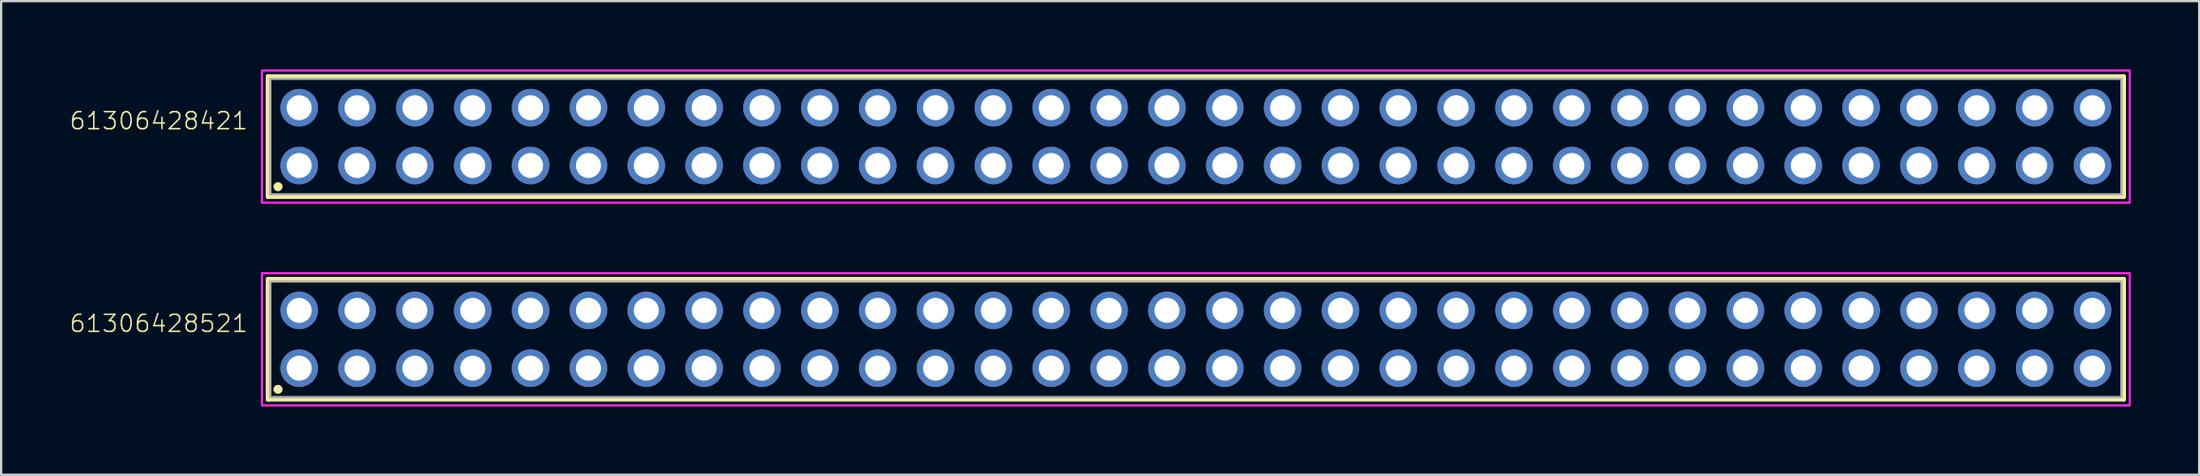
<source format=kicad_pcb>
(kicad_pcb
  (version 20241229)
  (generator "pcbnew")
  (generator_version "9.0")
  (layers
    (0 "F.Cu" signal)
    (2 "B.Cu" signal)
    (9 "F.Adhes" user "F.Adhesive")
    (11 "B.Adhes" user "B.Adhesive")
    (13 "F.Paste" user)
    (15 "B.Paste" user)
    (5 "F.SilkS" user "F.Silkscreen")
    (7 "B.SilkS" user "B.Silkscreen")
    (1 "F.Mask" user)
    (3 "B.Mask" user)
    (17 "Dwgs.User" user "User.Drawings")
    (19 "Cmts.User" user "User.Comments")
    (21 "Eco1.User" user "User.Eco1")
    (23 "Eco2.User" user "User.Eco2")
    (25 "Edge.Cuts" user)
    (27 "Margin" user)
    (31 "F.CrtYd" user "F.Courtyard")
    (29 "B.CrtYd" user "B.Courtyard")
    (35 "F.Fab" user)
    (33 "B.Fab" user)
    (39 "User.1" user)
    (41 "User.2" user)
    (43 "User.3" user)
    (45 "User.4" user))
  (footprint "61306428421"
    (layer "F.Cu")
    (at 49.457 2.954)
    (property "Reference" "61306428421" (at -41.578 -0.256 0) (unlocked yes) (layer "F.SilkS") (effects (font (size 0.748 0.748) (thickness 0.065)) (justify right bottom)))
    (fp_line (start -40.74 -2.64) (end 40.74 -2.64) (stroke (width 0.2) (type solid)) (layer "F.SilkS"))
    (fp_line (start -40.74 2.64) (end -40.74 -2.64) (stroke (width 0.2) (type solid)) (layer "F.SilkS"))
    (fp_line (start 40.74 -2.64) (end 40.74 2.64) (stroke (width 0.2) (type solid)) (layer "F.SilkS"))
    (fp_line (start 40.74 2.64) (end -40.74 2.64) (stroke (width 0.2) (type solid)) (layer "F.SilkS"))
    (fp_circle (center -40.3 2.2) (end -40.2 2.2) (stroke (width 0.2) (type solid)) (fill no) (layer "F.SilkS"))
    (fp_poly (pts (xy 41.004 2.904) (xy -41.004 2.904) (xy -41.004 -2.904) (xy 41.004 -2.904)) (stroke (width 0.1) (type default)) (fill no) (layer "F.CrtYd"))
    (fp_line (start -40.64 -2.54) (end 40.64 -2.54) (stroke (width 0.1) (type solid)) (layer "F.Fab"))
    (fp_line (start -40.64 2.54) (end -40.64 -2.54) (stroke (width 0.1) (type solid)) (layer "F.Fab"))
    (fp_line (start 40.64 -2.54) (end 40.64 2.54) (stroke (width 0.1) (type solid)) (layer "F.Fab"))
    (fp_line (start 40.64 2.54) (end -40.64 2.54) (stroke (width 0.1) (type solid)) (layer "F.Fab"))
    (pad "1" thru_hole circle (at -39.37 1.27) (size 1.65 1.65) (drill 1.1) (layers "*.Cu" "*.Mask"))
    (pad "2" thru_hole circle (at -39.37 -1.27) (size 1.65 1.65) (drill 1.1) (layers "*.Cu" "*.Mask"))
    (pad "3" thru_hole circle (at -36.83 1.27) (size 1.65 1.65) (drill 1.1) (layers "*.Cu" "*.Mask"))
    (pad "4" thru_hole circle (at -36.83 -1.27) (size 1.65 1.65) (drill 1.1) (layers "*.Cu" "*.Mask"))
    (pad "5" thru_hole circle (at -34.29 1.27) (size 1.65 1.65) (drill 1.1) (layers "*.Cu" "*.Mask"))
    (pad "6" thru_hole circle (at -34.29 -1.27) (size 1.65 1.65) (drill 1.1) (layers "*.Cu" "*.Mask"))
    (pad "7" thru_hole circle (at -31.75 1.27) (size 1.65 1.65) (drill 1.1) (layers "*.Cu" "*.Mask"))
    (pad "8" thru_hole circle (at -31.75 -1.27) (size 1.65 1.65) (drill 1.1) (layers "*.Cu" "*.Mask"))
    (pad "9" thru_hole circle (at -29.21 1.27) (size 1.65 1.65) (drill 1.1) (layers "*.Cu" "*.Mask"))
    (pad "10" thru_hole circle (at -29.21 -1.27) (size 1.65 1.65) (drill 1.1) (layers "*.Cu" "*.Mask"))
    (pad "11" thru_hole circle (at -26.67 1.27) (size 1.65 1.65) (drill 1.1) (layers "*.Cu" "*.Mask"))
    (pad "12" thru_hole circle (at -26.67 -1.27) (size 1.65 1.65) (drill 1.1) (layers "*.Cu" "*.Mask"))
    (pad "13" thru_hole circle (at -24.13 1.27) (size 1.65 1.65) (drill 1.1) (layers "*.Cu" "*.Mask"))
    (pad "14" thru_hole circle (at -24.13 -1.27) (size 1.65 1.65) (drill 1.1) (layers "*.Cu" "*.Mask"))
    (pad "15" thru_hole circle (at -21.59 1.27) (size 1.65 1.65) (drill 1.1) (layers "*.Cu" "*.Mask"))
    (pad "16" thru_hole circle (at -21.59 -1.27) (size 1.65 1.65) (drill 1.1) (layers "*.Cu" "*.Mask"))
    (pad "17" thru_hole circle (at -19.05 1.27) (size 1.65 1.65) (drill 1.1) (layers "*.Cu" "*.Mask"))
    (pad "18" thru_hole circle (at -19.05 -1.27) (size 1.65 1.65) (drill 1.1) (layers "*.Cu" "*.Mask"))
    (pad "19" thru_hole circle (at -16.51 1.27) (size 1.65 1.65) (drill 1.1) (layers "*.Cu" "*.Mask"))
    (pad "20" thru_hole circle (at -16.51 -1.27) (size 1.65 1.65) (drill 1.1) (layers "*.Cu" "*.Mask"))
    (pad "21" thru_hole circle (at -13.97 1.27) (size 1.65 1.65) (drill 1.1) (layers "*.Cu" "*.Mask"))
    (pad "22" thru_hole circle (at -13.97 -1.27) (size 1.65 1.65) (drill 1.1) (layers "*.Cu" "*.Mask"))
    (pad "23" thru_hole circle (at -11.43 1.27) (size 1.65 1.65) (drill 1.1) (layers "*.Cu" "*.Mask"))
    (pad "24" thru_hole circle (at -11.43 -1.27) (size 1.65 1.65) (drill 1.1) (layers "*.Cu" "*.Mask"))
    (pad "25" thru_hole circle (at -8.89 1.27) (size 1.65 1.65) (drill 1.1) (layers "*.Cu" "*.Mask"))
    (pad "26" thru_hole circle (at -8.89 -1.27) (size 1.65 1.65) (drill 1.1) (layers "*.Cu" "*.Mask"))
    (pad "27" thru_hole circle (at -6.35 1.27) (size 1.65 1.65) (drill 1.1) (layers "*.Cu" "*.Mask"))
    (pad "28" thru_hole circle (at -6.35 -1.27) (size 1.65 1.65) (drill 1.1) (layers "*.Cu" "*.Mask"))
    (pad "29" thru_hole circle (at -3.81 1.27) (size 1.65 1.65) (drill 1.1) (layers "*.Cu" "*.Mask"))
    (pad "30" thru_hole circle (at -3.81 -1.27) (size 1.65 1.65) (drill 1.1) (layers "*.Cu" "*.Mask"))
    (pad "31" thru_hole circle (at -1.27 1.27) (size 1.65 1.65) (drill 1.1) (layers "*.Cu" "*.Mask"))
    (pad "32" thru_hole circle (at -1.27 -1.27) (size 1.65 1.65) (drill 1.1) (layers "*.Cu" "*.Mask"))
    (pad "33" thru_hole circle (at 1.27 1.27) (size 1.65 1.65) (drill 1.1) (layers "*.Cu" "*.Mask"))
    (pad "34" thru_hole circle (at 1.27 -1.27) (size 1.65 1.65) (drill 1.1) (layers "*.Cu" "*.Mask"))
    (pad "35" thru_hole circle (at 3.81 1.27) (size 1.65 1.65) (drill 1.1) (layers "*.Cu" "*.Mask"))
    (pad "36" thru_hole circle (at 3.81 -1.27) (size 1.65 1.65) (drill 1.1) (layers "*.Cu" "*.Mask"))
    (pad "37" thru_hole circle (at 6.35 1.27) (size 1.65 1.65) (drill 1.1) (layers "*.Cu" "*.Mask"))
    (pad "38" thru_hole circle (at 6.35 -1.27) (size 1.65 1.65) (drill 1.1) (layers "*.Cu" "*.Mask"))
    (pad "39" thru_hole circle (at 8.89 1.27) (size 1.65 1.65) (drill 1.1) (layers "*.Cu" "*.Mask"))
    (pad "40" thru_hole circle (at 8.89 -1.27) (size 1.65 1.65) (drill 1.1) (layers "*.Cu" "*.Mask"))
    (pad "41" thru_hole circle (at 11.43 1.27) (size 1.65 1.65) (drill 1.1) (layers "*.Cu" "*.Mask"))
    (pad "42" thru_hole circle (at 11.43 -1.27) (size 1.65 1.65) (drill 1.1) (layers "*.Cu" "*.Mask"))
    (pad "43" thru_hole circle (at 13.97 1.27) (size 1.65 1.65) (drill 1.1) (layers "*.Cu" "*.Mask"))
    (pad "44" thru_hole circle (at 13.97 -1.27) (size 1.65 1.65) (drill 1.1) (layers "*.Cu" "*.Mask"))
    (pad "45" thru_hole circle (at 16.51 1.27) (size 1.65 1.65) (drill 1.1) (layers "*.Cu" "*.Mask"))
    (pad "46" thru_hole circle (at 16.51 -1.27) (size 1.65 1.65) (drill 1.1) (layers "*.Cu" "*.Mask"))
    (pad "47" thru_hole circle (at 19.05 1.27) (size 1.65 1.65) (drill 1.1) (layers "*.Cu" "*.Mask"))
    (pad "48" thru_hole circle (at 19.05 -1.27) (size 1.65 1.65) (drill 1.1) (layers "*.Cu" "*.Mask"))
    (pad "49" thru_hole circle (at 21.59 1.27) (size 1.65 1.65) (drill 1.1) (layers "*.Cu" "*.Mask"))
    (pad "50" thru_hole circle (at 21.59 -1.27) (size 1.65 1.65) (drill 1.1) (layers "*.Cu" "*.Mask"))
    (pad "51" thru_hole circle (at 24.13 1.27) (size 1.65 1.65) (drill 1.1) (layers "*.Cu" "*.Mask"))
    (pad "52" thru_hole circle (at 24.13 -1.27) (size 1.65 1.65) (drill 1.1) (layers "*.Cu" "*.Mask"))
    (pad "53" thru_hole circle (at 26.67 1.27) (size 1.65 1.65) (drill 1.1) (layers "*.Cu" "*.Mask"))
    (pad "54" thru_hole circle (at 26.67 -1.27) (size 1.65 1.65) (drill 1.1) (layers "*.Cu" "*.Mask"))
    (pad "55" thru_hole circle (at 29.21 1.27) (size 1.65 1.65) (drill 1.1) (layers "*.Cu" "*.Mask"))
    (pad "56" thru_hole circle (at 29.21 -1.27) (size 1.65 1.65) (drill 1.1) (layers "*.Cu" "*.Mask"))
    (pad "57" thru_hole circle (at 31.75 1.27) (size 1.65 1.65) (drill 1.1) (layers "*.Cu" "*.Mask"))
    (pad "58" thru_hole circle (at 31.75 -1.27) (size 1.65 1.65) (drill 1.1) (layers "*.Cu" "*.Mask"))
    (pad "59" thru_hole circle (at 34.29 1.27) (size 1.65 1.65) (drill 1.1) (layers "*.Cu" "*.Mask"))
    (pad "60" thru_hole circle (at 34.29 -1.27) (size 1.65 1.65) (drill 1.1) (layers "*.Cu" "*.Mask"))
    (pad "61" thru_hole circle (at 36.83 1.27) (size 1.65 1.65) (drill 1.1) (layers "*.Cu" "*.Mask"))
    (pad "62" thru_hole circle (at 36.83 -1.27) (size 1.65 1.65) (drill 1.1) (layers "*.Cu" "*.Mask"))
    (pad "63" thru_hole circle (at 39.37 1.27) (size 1.65 1.65) (drill 1.1) (layers "*.Cu" "*.Mask"))
    (pad "64" thru_hole circle (at 39.37 -1.27) (size 1.65 1.65) (drill 1.1) (layers "*.Cu" "*.Mask")))
  (footprint "61306428521"
    (layer "F.Cu")
    (at 49.457 11.861)
    (property "Reference" "61306428521" (at -41.578 -0.256 0) (unlocked yes) (layer "F.SilkS") (effects (font (size 0.748 0.748) (thickness 0.065)) (justify right bottom)))
    (fp_line (start -40.74 -2.64) (end 40.74 -2.64) (stroke (width 0.2) (type solid)) (layer "F.SilkS"))
    (fp_line (start -40.74 2.64) (end -40.74 -2.64) (stroke (width 0.2) (type solid)) (layer "F.SilkS"))
    (fp_line (start 40.74 -2.64) (end 40.74 2.64) (stroke (width 0.2) (type solid)) (layer "F.SilkS"))
    (fp_line (start 40.74 2.64) (end -40.74 2.64) (stroke (width 0.2) (type solid)) (layer "F.SilkS"))
    (fp_circle (center -40.3 2.2) (end -40.2 2.2) (stroke (width 0.2) (type solid)) (fill no) (layer "F.SilkS"))
    (fp_poly (pts (xy 41.004 2.904) (xy -41.004 2.904) (xy -41.004 -2.904) (xy 41.004 -2.904)) (stroke (width 0.1) (type default)) (fill no) (layer "F.CrtYd"))
    (fp_line (start -40.64 -2.54) (end 40.64 -2.54) (stroke (width 0.1) (type solid)) (layer "F.Fab"))
    (fp_line (start -40.64 2.54) (end -40.64 -2.54) (stroke (width 0.1) (type solid)) (layer "F.Fab"))
    (fp_line (start 40.64 -2.54) (end 40.64 2.54) (stroke (width 0.1) (type solid)) (layer "F.Fab"))
    (fp_line (start 40.64 2.54) (end -40.64 2.54) (stroke (width 0.1) (type solid)) (layer "F.Fab"))
    (pad "1" thru_hole circle (at -39.37 1.27) (size 1.65 1.65) (drill 1.1) (layers "*.Cu" "*.Mask"))
    (pad "2" thru_hole circle (at -39.37 -1.27) (size 1.65 1.65) (drill 1.1) (layers "*.Cu" "*.Mask"))
    (pad "3" thru_hole circle (at -36.83 1.27) (size 1.65 1.65) (drill 1.1) (layers "*.Cu" "*.Mask"))
    (pad "4" thru_hole circle (at -36.83 -1.27) (size 1.65 1.65) (drill 1.1) (layers "*.Cu" "*.Mask"))
    (pad "5" thru_hole circle (at -34.29 1.27) (size 1.65 1.65) (drill 1.1) (layers "*.Cu" "*.Mask"))
    (pad "6" thru_hole circle (at -34.29 -1.27) (size 1.65 1.65) (drill 1.1) (layers "*.Cu" "*.Mask"))
    (pad "7" thru_hole circle (at -31.75 1.27) (size 1.65 1.65) (drill 1.1) (layers "*.Cu" "*.Mask"))
    (pad "8" thru_hole circle (at -31.75 -1.27) (size 1.65 1.65) (drill 1.1) (layers "*.Cu" "*.Mask"))
    (pad "9" thru_hole circle (at -29.21 1.27) (size 1.65 1.65) (drill 1.1) (layers "*.Cu" "*.Mask"))
    (pad "10" thru_hole circle (at -29.21 -1.27) (size 1.65 1.65) (drill 1.1) (layers "*.Cu" "*.Mask"))
    (pad "11" thru_hole circle (at -26.67 1.27) (size 1.65 1.65) (drill 1.1) (layers "*.Cu" "*.Mask"))
    (pad "12" thru_hole circle (at -26.67 -1.27) (size 1.65 1.65) (drill 1.1) (layers "*.Cu" "*.Mask"))
    (pad "13" thru_hole circle (at -24.13 1.27) (size 1.65 1.65) (drill 1.1) (layers "*.Cu" "*.Mask"))
    (pad "14" thru_hole circle (at -24.13 -1.27) (size 1.65 1.65) (drill 1.1) (layers "*.Cu" "*.Mask"))
    (pad "15" thru_hole circle (at -21.59 1.27) (size 1.65 1.65) (drill 1.1) (layers "*.Cu" "*.Mask"))
    (pad "16" thru_hole circle (at -21.59 -1.27) (size 1.65 1.65) (drill 1.1) (layers "*.Cu" "*.Mask"))
    (pad "17" thru_hole circle (at -19.05 1.27) (size 1.65 1.65) (drill 1.1) (layers "*.Cu" "*.Mask"))
    (pad "18" thru_hole circle (at -19.05 -1.27) (size 1.65 1.65) (drill 1.1) (layers "*.Cu" "*.Mask"))
    (pad "19" thru_hole circle (at -16.51 1.27) (size 1.65 1.65) (drill 1.1) (layers "*.Cu" "*.Mask"))
    (pad "20" thru_hole circle (at -16.51 -1.27) (size 1.65 1.65) (drill 1.1) (layers "*.Cu" "*.Mask"))
    (pad "21" thru_hole circle (at -13.97 1.27) (size 1.65 1.65) (drill 1.1) (layers "*.Cu" "*.Mask"))
    (pad "22" thru_hole circle (at -13.97 -1.27) (size 1.65 1.65) (drill 1.1) (layers "*.Cu" "*.Mask"))
    (pad "23" thru_hole circle (at -11.43 1.27) (size 1.65 1.65) (drill 1.1) (layers "*.Cu" "*.Mask"))
    (pad "24" thru_hole circle (at -11.43 -1.27) (size 1.65 1.65) (drill 1.1) (layers "*.Cu" "*.Mask"))
    (pad "25" thru_hole circle (at -8.89 1.27) (size 1.65 1.65) (drill 1.1) (layers "*.Cu" "*.Mask"))
    (pad "26" thru_hole circle (at -8.89 -1.27) (size 1.65 1.65) (drill 1.1) (layers "*.Cu" "*.Mask"))
    (pad "27" thru_hole circle (at -6.35 1.27) (size 1.65 1.65) (drill 1.1) (layers "*.Cu" "*.Mask"))
    (pad "28" thru_hole circle (at -6.35 -1.27) (size 1.65 1.65) (drill 1.1) (layers "*.Cu" "*.Mask"))
    (pad "29" thru_hole circle (at -3.81 1.27) (size 1.65 1.65) (drill 1.1) (layers "*.Cu" "*.Mask"))
    (pad "30" thru_hole circle (at -3.81 -1.27) (size 1.65 1.65) (drill 1.1) (layers "*.Cu" "*.Mask"))
    (pad "31" thru_hole circle (at -1.27 1.27) (size 1.65 1.65) (drill 1.1) (layers "*.Cu" "*.Mask"))
    (pad "32" thru_hole circle (at -1.27 -1.27) (size 1.65 1.65) (drill 1.1) (layers "*.Cu" "*.Mask"))
    (pad "33" thru_hole circle (at 1.27 1.27) (size 1.65 1.65) (drill 1.1) (layers "*.Cu" "*.Mask"))
    (pad "34" thru_hole circle (at 1.27 -1.27) (size 1.65 1.65) (drill 1.1) (layers "*.Cu" "*.Mask"))
    (pad "35" thru_hole circle (at 3.81 1.27) (size 1.65 1.65) (drill 1.1) (layers "*.Cu" "*.Mask"))
    (pad "36" thru_hole circle (at 3.81 -1.27) (size 1.65 1.65) (drill 1.1) (layers "*.Cu" "*.Mask"))
    (pad "37" thru_hole circle (at 6.35 1.27) (size 1.65 1.65) (drill 1.1) (layers "*.Cu" "*.Mask"))
    (pad "38" thru_hole circle (at 6.35 -1.27) (size 1.65 1.65) (drill 1.1) (layers "*.Cu" "*.Mask"))
    (pad "39" thru_hole circle (at 8.89 1.27) (size 1.65 1.65) (drill 1.1) (layers "*.Cu" "*.Mask"))
    (pad "40" thru_hole circle (at 8.89 -1.27) (size 1.65 1.65) (drill 1.1) (layers "*.Cu" "*.Mask"))
    (pad "41" thru_hole circle (at 11.43 1.27) (size 1.65 1.65) (drill 1.1) (layers "*.Cu" "*.Mask"))
    (pad "42" thru_hole circle (at 11.43 -1.27) (size 1.65 1.65) (drill 1.1) (layers "*.Cu" "*.Mask"))
    (pad "43" thru_hole circle (at 13.97 1.27) (size 1.65 1.65) (drill 1.1) (layers "*.Cu" "*.Mask"))
    (pad "44" thru_hole circle (at 13.97 -1.27) (size 1.65 1.65) (drill 1.1) (layers "*.Cu" "*.Mask"))
    (pad "45" thru_hole circle (at 16.51 1.27) (size 1.65 1.65) (drill 1.1) (layers "*.Cu" "*.Mask"))
    (pad "46" thru_hole circle (at 16.51 -1.27) (size 1.65 1.65) (drill 1.1) (layers "*.Cu" "*.Mask"))
    (pad "47" thru_hole circle (at 19.05 1.27) (size 1.65 1.65) (drill 1.1) (layers "*.Cu" "*.Mask"))
    (pad "48" thru_hole circle (at 19.05 -1.27) (size 1.65 1.65) (drill 1.1) (layers "*.Cu" "*.Mask"))
    (pad "49" thru_hole circle (at 21.59 1.27) (size 1.65 1.65) (drill 1.1) (layers "*.Cu" "*.Mask"))
    (pad "50" thru_hole circle (at 21.59 -1.27) (size 1.65 1.65) (drill 1.1) (layers "*.Cu" "*.Mask"))
    (pad "51" thru_hole circle (at 24.13 1.27) (size 1.65 1.65) (drill 1.1) (layers "*.Cu" "*.Mask"))
    (pad "52" thru_hole circle (at 24.13 -1.27) (size 1.65 1.65) (drill 1.1) (layers "*.Cu" "*.Mask"))
    (pad "53" thru_hole circle (at 26.67 1.27) (size 1.65 1.65) (drill 1.1) (layers "*.Cu" "*.Mask"))
    (pad "54" thru_hole circle (at 26.67 -1.27) (size 1.65 1.65) (drill 1.1) (layers "*.Cu" "*.Mask"))
    (pad "55" thru_hole circle (at 29.21 1.27) (size 1.65 1.65) (drill 1.1) (layers "*.Cu" "*.Mask"))
    (pad "56" thru_hole circle (at 29.21 -1.27) (size 1.65 1.65) (drill 1.1) (layers "*.Cu" "*.Mask"))
    (pad "57" thru_hole circle (at 31.75 1.27) (size 1.65 1.65) (drill 1.1) (layers "*.Cu" "*.Mask"))
    (pad "58" thru_hole circle (at 31.75 -1.27) (size 1.65 1.65) (drill 1.1) (layers "*.Cu" "*.Mask"))
    (pad "59" thru_hole circle (at 34.29 1.27) (size 1.65 1.65) (drill 1.1) (layers "*.Cu" "*.Mask"))
    (pad "60" thru_hole circle (at 34.29 -1.27) (size 1.65 1.65) (drill 1.1) (layers "*.Cu" "*.Mask"))
    (pad "61" thru_hole circle (at 36.83 1.27) (size 1.65 1.65) (drill 1.1) (layers "*.Cu" "*.Mask"))
    (pad "62" thru_hole circle (at 36.83 -1.27) (size 1.65 1.65) (drill 1.1) (layers "*.Cu" "*.Mask"))
    (pad "63" thru_hole circle (at 39.37 1.27) (size 1.65 1.65) (drill 1.1) (layers "*.Cu" "*.Mask"))
    (pad "64" thru_hole circle (at 39.37 -1.27) (size 1.65 1.65) (drill 1.1) (layers "*.Cu" "*.Mask")))
  (gr_rect
    (start -3 -3)
    (end 93.51 17.814)
    (stroke (width 0.1) (type default))
    (fill no)
    (layer "Edge.Cuts")))
</source>
